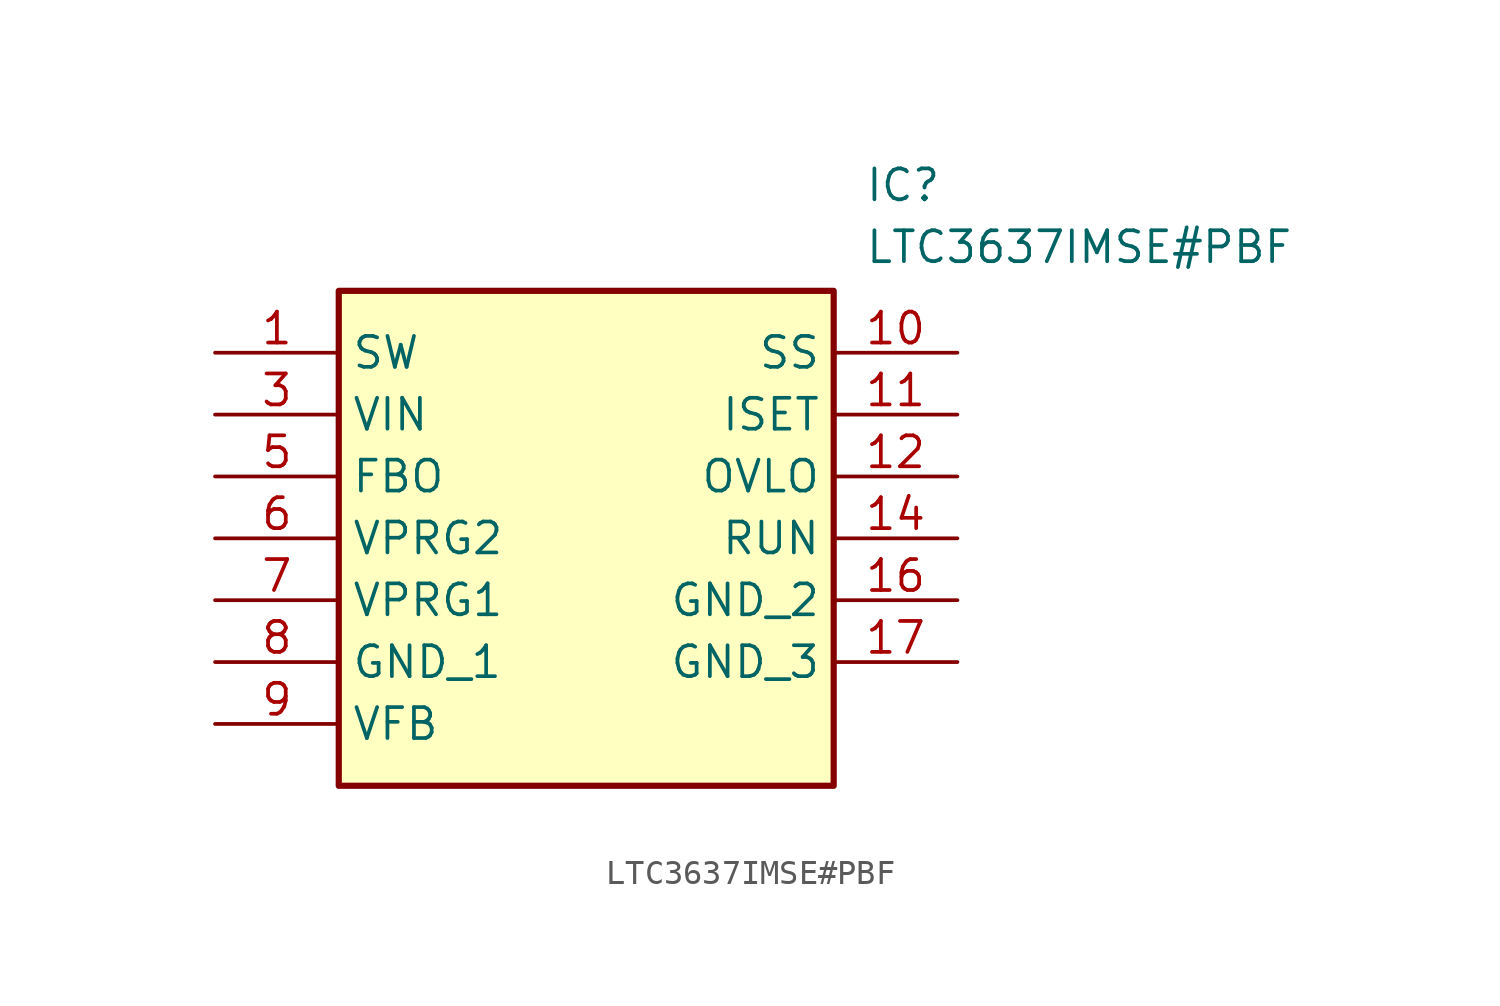
<source format=kicad_sym>
(kicad_symbol_lib
  (version 20211014)
  (generator SamacSys_ECAD_Model)
  (symbol "LTC3637IMSE#PBF"
    (property "Reference" "IC"
      (at 26.67 7.62 0)
      (effects (font (size 1.27 1.27)) (justify left top)))
    (property "Value" "LTC3637IMSE#PBF"
      (at 26.67 5.08 0)
      (effects (font (size 1.27 1.27)) (justify left top)))
    (rectangle
      (start 5.08 2.54)
      (end 25.4 -17.78)
      (stroke (width 0.254) (type default))
      (fill (type background)))
    (pin passive line
      (at 0 0 0)
      (length 5.08)
      (name "SW" (effects (font (size 1.27 1.27))))
      (number "1" (effects (font (size 1.27 1.27)))))
    (pin passive line
      (at 0 -2.54 0)
      (length 5.08)
      (name "VIN" (effects (font (size 1.27 1.27))))
      (number "3" (effects (font (size 1.27 1.27)))))
    (pin passive line
      (at 0 -5.08 0)
      (length 5.08)
      (name "FBO" (effects (font (size 1.27 1.27))))
      (number "5" (effects (font (size 1.27 1.27)))))
    (pin passive line
      (at 0 -7.62 0)
      (length 5.08)
      (name "VPRG2" (effects (font (size 1.27 1.27))))
      (number "6" (effects (font (size 1.27 1.27)))))
    (pin passive line
      (at 0 -10.16 0)
      (length 5.08)
      (name "VPRG1" (effects (font (size 1.27 1.27))))
      (number "7" (effects (font (size 1.27 1.27)))))
    (pin passive line
      (at 0 -12.7 0)
      (length 5.08)
      (name "GND_1" (effects (font (size 1.27 1.27))))
      (number "8" (effects (font (size 1.27 1.27)))))
    (pin passive line
      (at 0 -15.24 0)
      (length 5.08)
      (name "VFB" (effects (font (size 1.27 1.27))))
      (number "9" (effects (font (size 1.27 1.27)))))
    (pin passive line
      (at 30.48 0 180)
      (length 5.08)
      (name "SS" (effects (font (size 1.27 1.27))))
      (number "10" (effects (font (size 1.27 1.27)))))
    (pin passive line
      (at 30.48 -2.54 180)
      (length 5.08)
      (name "ISET" (effects (font (size 1.27 1.27))))
      (number "11" (effects (font (size 1.27 1.27)))))
    (pin passive line
      (at 30.48 -5.08 180)
      (length 5.08)
      (name "OVLO" (effects (font (size 1.27 1.27))))
      (number "12" (effects (font (size 1.27 1.27)))))
    (pin passive line
      (at 30.48 -7.62 180)
      (length 5.08)
      (name "RUN" (effects (font (size 1.27 1.27))))
      (number "14" (effects (font (size 1.27 1.27)))))
    (pin passive line
      (at 30.48 -10.16 180)
      (length 5.08)
      (name "GND_2" (effects (font (size 1.27 1.27))))
      (number "16" (effects (font (size 1.27 1.27)))))
    (pin passive line
      (at 30.48 -12.7 180)
      (length 5.08)
      (name "GND_3" (effects (font (size 1.27 1.27))))
      (number "17" (effects (font (size 1.27 1.27)))))))
</source>
